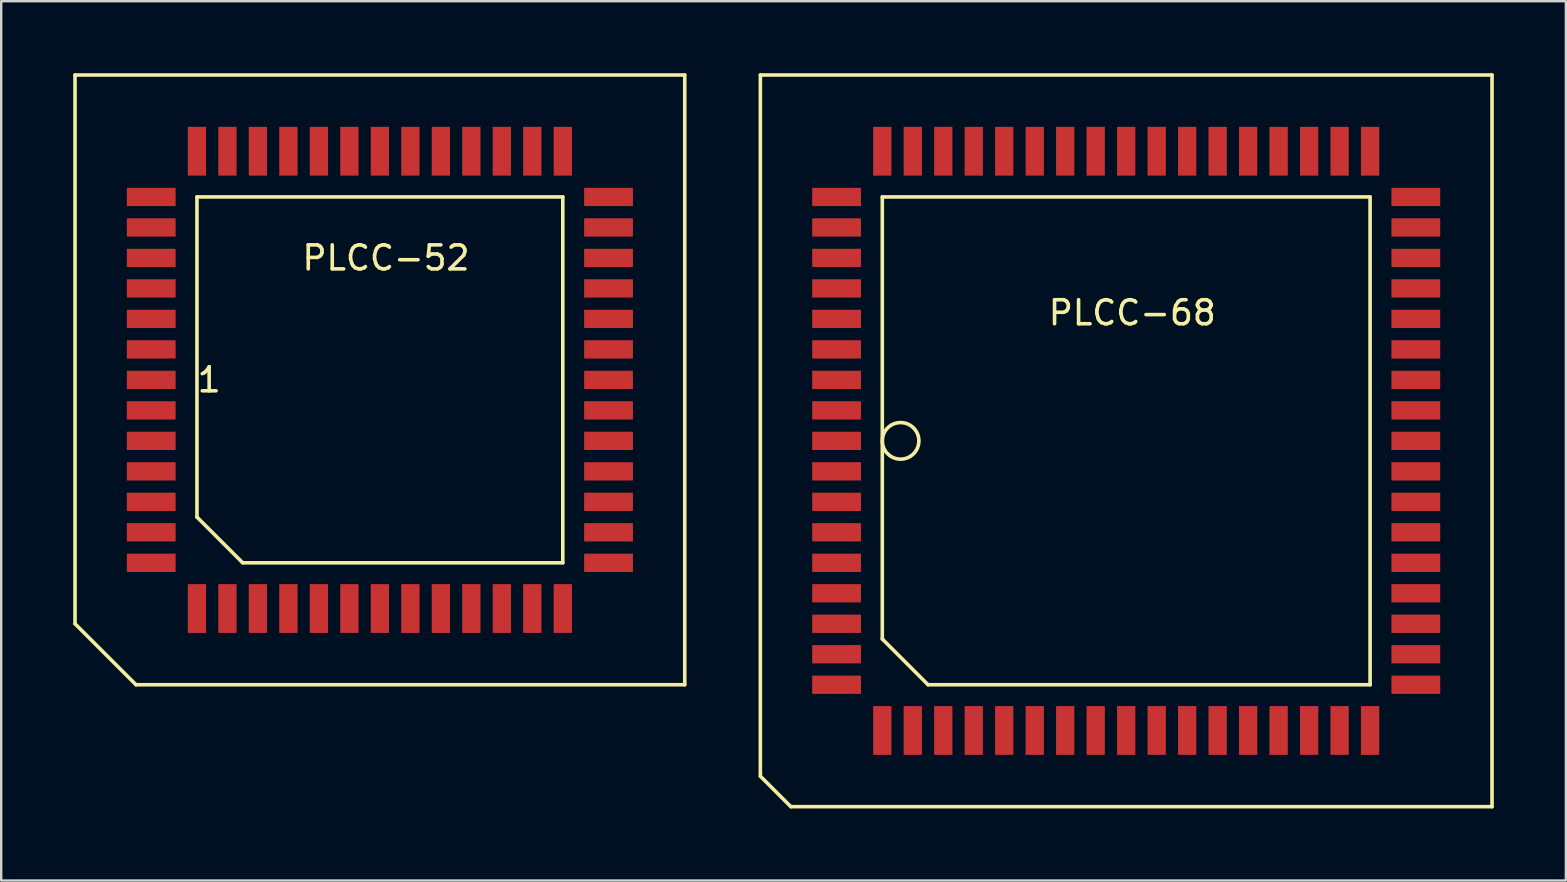
<source format=kicad_pcb>
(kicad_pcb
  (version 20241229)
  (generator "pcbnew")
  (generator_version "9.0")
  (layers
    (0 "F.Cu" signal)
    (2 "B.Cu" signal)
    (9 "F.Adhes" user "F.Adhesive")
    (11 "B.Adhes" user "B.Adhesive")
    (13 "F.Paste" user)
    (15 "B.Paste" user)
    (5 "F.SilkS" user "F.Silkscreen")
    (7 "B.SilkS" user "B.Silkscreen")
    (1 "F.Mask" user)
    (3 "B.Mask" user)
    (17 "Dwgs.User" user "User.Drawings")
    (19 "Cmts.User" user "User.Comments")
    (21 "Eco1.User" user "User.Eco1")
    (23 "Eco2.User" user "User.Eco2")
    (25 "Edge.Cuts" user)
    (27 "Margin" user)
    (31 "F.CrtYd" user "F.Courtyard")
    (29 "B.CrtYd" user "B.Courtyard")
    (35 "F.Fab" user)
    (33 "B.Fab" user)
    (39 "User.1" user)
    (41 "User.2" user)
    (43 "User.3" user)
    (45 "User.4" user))
  (footprint "PLCC-68"
    (layer "F.Cu")
    (at 43.865 15.315)
    (property "Reference" "PLCC-68" (at 0.254 -5.334 0) (layer "F.SilkS") (effects (font (size 1 1) (thickness 0.15))))
    (attr smd)
    (fp_line (start -15.24 -15.24) (end -15.24 13.97) (stroke (width 0.15) (type solid)) (layer "F.SilkS"))
    (fp_line (start -15.24 13.97) (end -13.97 15.24) (stroke (width 0.15) (type solid)) (layer "F.SilkS"))
    (fp_line (start -13.97 15.24) (end 15.24 15.24) (stroke (width 0.15) (type solid)) (layer "F.SilkS"))
    (fp_line (start -10.16 -10.16) (end 10.16 -10.16) (stroke (width 0.15) (type solid)) (layer "F.SilkS"))
    (fp_line (start -10.16 8.255) (end -10.16 -10.16) (stroke (width 0.15) (type solid)) (layer "F.SilkS"))
    (fp_line (start -8.255 10.16) (end -10.16 8.255) (stroke (width 0.15) (type solid)) (layer "F.SilkS"))
    (fp_line (start 10.16 -10.16) (end 10.16 10.16) (stroke (width 0.15) (type solid)) (layer "F.SilkS"))
    (fp_line (start 10.16 10.16) (end -8.255 10.16) (stroke (width 0.15) (type solid)) (layer "F.SilkS"))
    (fp_line (start 15.24 -15.24) (end -15.24 -15.24) (stroke (width 0.15) (type solid)) (layer "F.SilkS"))
    (fp_line (start 15.24 15.24) (end 15.24 -15.24) (stroke (width 0.15) (type solid)) (layer "F.SilkS"))
    (fp_circle (center -9.398 0) (end -10.16 0) (stroke (width 0.15) (type solid)) (fill no) (layer "F.SilkS"))
    (pad "1" smd rect (at -12.065 0) (size 2.032 0.762) (layers "F.Cu" "F.Mask" "F.Paste"))
    (pad "2" smd rect (at -12.065 1.27) (size 2.032 0.762) (layers "F.Cu" "F.Mask" "F.Paste"))
    (pad "3" smd rect (at -12.065 2.54) (size 2.032 0.762) (layers "F.Cu" "F.Mask" "F.Paste"))
    (pad "4" smd rect (at -12.065 3.81) (size 2.032 0.762) (layers "F.Cu" "F.Mask" "F.Paste"))
    (pad "5" smd rect (at -12.065 5.08) (size 2.032 0.762) (layers "F.Cu" "F.Mask" "F.Paste"))
    (pad "6" smd rect (at -12.065 6.35) (size 2.032 0.762) (layers "F.Cu" "F.Mask" "F.Paste"))
    (pad "7" smd rect (at -12.065 7.62) (size 2.032 0.762) (layers "F.Cu" "F.Mask" "F.Paste"))
    (pad "8" smd rect (at -12.065 8.89) (size 2.032 0.762) (layers "F.Cu" "F.Mask" "F.Paste"))
    (pad "9" smd rect (at -12.065 10.16) (size 2.032 0.762) (layers "F.Cu" "F.Mask" "F.Paste"))
    (pad "10" smd rect (at -10.16 12.065) (size 0.762 2.032) (layers "F.Cu" "F.Mask" "F.Paste"))
    (pad "11" smd rect (at -8.89 12.065) (size 0.762 2.032) (layers "F.Cu" "F.Mask" "F.Paste"))
    (pad "12" smd rect (at -7.62 12.065) (size 0.762 2.032) (layers "F.Cu" "F.Mask" "F.Paste"))
    (pad "13" smd rect (at -6.35 12.065) (size 0.762 2.032) (layers "F.Cu" "F.Mask" "F.Paste"))
    (pad "14" smd rect (at -5.08 12.065) (size 0.762 2.032) (layers "F.Cu" "F.Mask" "F.Paste"))
    (pad "15" smd rect (at -3.81 12.065) (size 0.762 2.032) (layers "F.Cu" "F.Mask" "F.Paste"))
    (pad "16" smd rect (at -2.54 12.065) (size 0.762 2.032) (layers "F.Cu" "F.Mask" "F.Paste"))
    (pad "17" smd rect (at -1.27 12.065) (size 0.762 2.032) (layers "F.Cu" "F.Mask" "F.Paste"))
    (pad "18" smd rect (at 0 12.065) (size 0.762 2.032) (layers "F.Cu" "F.Mask" "F.Paste"))
    (pad "19" smd rect (at 1.27 12.065) (size 0.762 2.032) (layers "F.Cu" "F.Mask" "F.Paste"))
    (pad "20" smd rect (at 2.54 12.065) (size 0.762 2.032) (layers "F.Cu" "F.Mask" "F.Paste"))
    (pad "21" smd rect (at 3.81 12.065) (size 0.762 2.032) (layers "F.Cu" "F.Mask" "F.Paste"))
    (pad "22" smd rect (at 5.08 12.065) (size 0.762 2.032) (layers "F.Cu" "F.Mask" "F.Paste"))
    (pad "23" smd rect (at 6.35 12.065) (size 0.762 2.032) (layers "F.Cu" "F.Mask" "F.Paste"))
    (pad "24" smd rect (at 7.62 12.065) (size 0.762 2.032) (layers "F.Cu" "F.Mask" "F.Paste"))
    (pad "25" smd rect (at 8.89 12.065) (size 0.762 2.032) (layers "F.Cu" "F.Mask" "F.Paste"))
    (pad "26" smd rect (at 10.16 12.065) (size 0.762 2.032) (layers "F.Cu" "F.Mask" "F.Paste"))
    (pad "27" smd rect (at 12.065 10.16) (size 2.032 0.762) (layers "F.Cu" "F.Mask" "F.Paste"))
    (pad "28" smd rect (at 12.065 8.89) (size 2.032 0.762) (layers "F.Cu" "F.Mask" "F.Paste"))
    (pad "29" smd rect (at 12.065 7.62) (size 2.032 0.762) (layers "F.Cu" "F.Mask" "F.Paste"))
    (pad "30" smd rect (at 12.065 6.35) (size 2.032 0.762) (layers "F.Cu" "F.Mask" "F.Paste"))
    (pad "31" smd rect (at 12.065 5.08) (size 2.032 0.762) (layers "F.Cu" "F.Mask" "F.Paste"))
    (pad "32" smd rect (at 12.065 3.81) (size 2.032 0.762) (layers "F.Cu" "F.Mask" "F.Paste"))
    (pad "33" smd rect (at 12.065 2.54) (size 2.032 0.762) (layers "F.Cu" "F.Mask" "F.Paste"))
    (pad "34" smd rect (at 12.065 1.27) (size 2.032 0.762) (layers "F.Cu" "F.Mask" "F.Paste"))
    (pad "35" smd rect (at 12.065 0) (size 2.032 0.762) (layers "F.Cu" "F.Mask" "F.Paste"))
    (pad "36" smd rect (at 12.065 -1.27) (size 2.032 0.762) (layers "F.Cu" "F.Mask" "F.Paste"))
    (pad "37" smd rect (at 12.065 -2.54) (size 2.032 0.762) (layers "F.Cu" "F.Mask" "F.Paste"))
    (pad "38" smd rect (at 12.065 -3.81) (size 2.032 0.762) (layers "F.Cu" "F.Mask" "F.Paste"))
    (pad "39" smd rect (at 12.065 -5.08) (size 2.032 0.762) (layers "F.Cu" "F.Mask" "F.Paste"))
    (pad "40" smd rect (at 12.065 -6.35) (size 2.032 0.762) (layers "F.Cu" "F.Mask" "F.Paste"))
    (pad "41" smd rect (at 12.065 -7.62) (size 2.032 0.762) (layers "F.Cu" "F.Mask" "F.Paste"))
    (pad "42" smd rect (at 12.065 -8.89) (size 2.032 0.762) (layers "F.Cu" "F.Mask" "F.Paste"))
    (pad "43" smd rect (at 12.065 -10.16) (size 2.032 0.762) (layers "F.Cu" "F.Mask" "F.Paste"))
    (pad "44" smd rect (at 10.16 -12.065) (size 0.762 2.032) (layers "F.Cu" "F.Mask" "F.Paste"))
    (pad "45" smd rect (at 8.89 -12.065) (size 0.762 2.032) (layers "F.Cu" "F.Mask" "F.Paste"))
    (pad "46" smd rect (at 7.62 -12.065) (size 0.762 2.032) (layers "F.Cu" "F.Mask" "F.Paste"))
    (pad "47" smd rect (at 6.35 -12.065) (size 0.762 2.032) (layers "F.Cu" "F.Mask" "F.Paste"))
    (pad "48" smd rect (at 5.08 -12.065) (size 0.762 2.032) (layers "F.Cu" "F.Mask" "F.Paste"))
    (pad "49" smd rect (at 3.81 -12.065) (size 0.762 2.032) (layers "F.Cu" "F.Mask" "F.Paste"))
    (pad "50" smd rect (at 2.54 -12.065) (size 0.762 2.032) (layers "F.Cu" "F.Mask" "F.Paste"))
    (pad "51" smd rect (at 1.27 -12.065) (size 0.762 2.032) (layers "F.Cu" "F.Mask" "F.Paste"))
    (pad "52" smd rect (at 0 -12.065) (size 0.762 2.032) (layers "F.Cu" "F.Mask" "F.Paste"))
    (pad "53" smd rect (at -1.27 -12.065) (size 0.762 2.032) (layers "F.Cu" "F.Mask" "F.Paste"))
    (pad "54" smd rect (at -2.54 -12.065) (size 0.762 2.032) (layers "F.Cu" "F.Mask" "F.Paste"))
    (pad "55" smd rect (at -3.81 -12.065) (size 0.762 2.032) (layers "F.Cu" "F.Mask" "F.Paste"))
    (pad "56" smd rect (at -5.08 -12.065) (size 0.762 2.032) (layers "F.Cu" "F.Mask" "F.Paste"))
    (pad "57" smd rect (at -6.35 -12.065) (size 0.762 2.032) (layers "F.Cu" "F.Mask" "F.Paste"))
    (pad "58" smd rect (at -7.62 -12.065) (size 0.762 2.032) (layers "F.Cu" "F.Mask" "F.Paste"))
    (pad "59" smd rect (at -8.89 -12.065) (size 0.762 2.032) (layers "F.Cu" "F.Mask" "F.Paste"))
    (pad "60" smd rect (at -10.16 -12.065) (size 0.762 2.032) (layers "F.Cu" "F.Mask" "F.Paste"))
    (pad "61" smd rect (at -12.065 -10.16) (size 2.032 0.762) (layers "F.Cu" "F.Mask" "F.Paste"))
    (pad "62" smd rect (at -12.065 -8.89) (size 2.032 0.762) (layers "F.Cu" "F.Mask" "F.Paste"))
    (pad "63" smd rect (at -12.065 -7.62) (size 2.032 0.762) (layers "F.Cu" "F.Mask" "F.Paste"))
    (pad "64" smd rect (at -12.065 -6.35) (size 2.032 0.762) (layers "F.Cu" "F.Mask" "F.Paste"))
    (pad "65" smd rect (at -12.065 -5.08) (size 2.032 0.762) (layers "F.Cu" "F.Mask" "F.Paste"))
    (pad "66" smd rect (at -12.065 -3.81) (size 2.032 0.762) (layers "F.Cu" "F.Mask" "F.Paste"))
    (pad "67" smd rect (at -12.065 -2.54) (size 2.032 0.762) (layers "F.Cu" "F.Mask" "F.Paste"))
    (pad "68" smd rect (at -12.065 -1.27) (size 2.032 0.762) (layers "F.Cu" "F.Mask" "F.Paste")))
  (footprint "PLCC-52"
    (layer "F.Cu")
    (at 12.775 12.775)
    (property "Reference" "PLCC-52" (at 0.254 -5.08 0) (layer "F.SilkS") (effects (font (size 1 1) (thickness 0.15))))
    (attr smd)
    (fp_line (start -12.7 -12.7) (end 12.7 -12.7) (stroke (width 0.15) (type solid)) (layer "F.SilkS"))
    (fp_line (start -12.7 10.16) (end -12.7 -12.7) (stroke (width 0.15) (type solid)) (layer "F.SilkS"))
    (fp_line (start -10.16 12.7) (end -12.7 10.16) (stroke (width 0.15) (type solid)) (layer "F.SilkS"))
    (fp_line (start -10.16 12.7) (end 12.7 12.7) (stroke (width 0.15) (type solid)) (layer "F.SilkS"))
    (fp_line (start -7.62 -7.62) (end 7.62 -7.62) (stroke (width 0.15) (type solid)) (layer "F.SilkS"))
    (fp_line (start -7.62 5.715) (end -7.62 -7.62) (stroke (width 0.15) (type solid)) (layer "F.SilkS"))
    (fp_line (start -5.715 7.62) (end -7.62 5.715) (stroke (width 0.15) (type solid)) (layer "F.SilkS"))
    (fp_line (start 7.62 -7.62) (end 7.62 7.62) (stroke (width 0.15) (type solid)) (layer "F.SilkS"))
    (fp_line (start 7.62 7.62) (end -5.715 7.62) (stroke (width 0.15) (type solid)) (layer "F.SilkS"))
    (fp_line (start 12.7 -12.7) (end 12.7 12.7) (stroke (width 0.15) (type solid)) (layer "F.SilkS"))
    (fp_text user "1" (at -7.112 0 0) (layer "F.SilkS") (effects (font (size 1 1) (thickness 0.15))))
    (pad "1" smd rect (at -9.525 0) (size 2.032 0.762) (layers "F.Cu" "F.Mask" "F.Paste"))
    (pad "2" smd rect (at -9.525 1.27) (size 2.032 0.762) (layers "F.Cu" "F.Mask" "F.Paste"))
    (pad "3" smd rect (at -9.525 2.54) (size 2.032 0.762) (layers "F.Cu" "F.Mask" "F.Paste"))
    (pad "4" smd rect (at -9.525 3.81) (size 2.032 0.762) (layers "F.Cu" "F.Mask" "F.Paste"))
    (pad "5" smd rect (at -9.525 5.08) (size 2.032 0.762) (layers "F.Cu" "F.Mask" "F.Paste"))
    (pad "6" smd rect (at -9.525 6.35) (size 2.032 0.762) (layers "F.Cu" "F.Mask" "F.Paste"))
    (pad "7" smd rect (at -9.525 7.62) (size 2.032 0.762) (layers "F.Cu" "F.Mask" "F.Paste"))
    (pad "8" smd rect (at -7.62 9.525) (size 0.762 2.032) (layers "F.Cu" "F.Mask" "F.Paste"))
    (pad "9" smd rect (at -6.35 9.525) (size 0.762 2.032) (layers "F.Cu" "F.Mask" "F.Paste"))
    (pad "10" smd rect (at -5.08 9.525) (size 0.762 2.032) (layers "F.Cu" "F.Mask" "F.Paste"))
    (pad "11" smd rect (at -3.81 9.525) (size 0.762 2.032) (layers "F.Cu" "F.Mask" "F.Paste"))
    (pad "12" smd rect (at -2.54 9.525) (size 0.762 2.032) (layers "F.Cu" "F.Mask" "F.Paste"))
    (pad "13" smd rect (at -1.27 9.525) (size 0.762 2.032) (layers "F.Cu" "F.Mask" "F.Paste"))
    (pad "14" smd rect (at 0 9.525) (size 0.762 2.032) (layers "F.Cu" "F.Mask" "F.Paste"))
    (pad "15" smd rect (at 1.27 9.525) (size 0.762 2.032) (layers "F.Cu" "F.Mask" "F.Paste"))
    (pad "16" smd rect (at 2.54 9.525) (size 0.762 2.032) (layers "F.Cu" "F.Mask" "F.Paste"))
    (pad "17" smd rect (at 3.81 9.525) (size 0.762 2.032) (layers "F.Cu" "F.Mask" "F.Paste"))
    (pad "18" smd rect (at 5.08 9.525) (size 0.762 2.032) (layers "F.Cu" "F.Mask" "F.Paste"))
    (pad "19" smd rect (at 6.35 9.525) (size 0.762 2.032) (layers "F.Cu" "F.Mask" "F.Paste"))
    (pad "20" smd rect (at 7.62 9.525) (size 0.762 2.032) (layers "F.Cu" "F.Mask" "F.Paste"))
    (pad "21" smd rect (at 9.525 7.62) (size 2.032 0.762) (layers "F.Cu" "F.Mask" "F.Paste"))
    (pad "22" smd rect (at 9.525 6.35) (size 2.032 0.762) (layers "F.Cu" "F.Mask" "F.Paste"))
    (pad "23" smd rect (at 9.525 5.08) (size 2.032 0.762) (layers "F.Cu" "F.Mask" "F.Paste"))
    (pad "24" smd rect (at 9.525 3.81) (size 2.032 0.762) (layers "F.Cu" "F.Mask" "F.Paste"))
    (pad "25" smd rect (at 9.525 2.54) (size 2.032 0.762) (layers "F.Cu" "F.Mask" "F.Paste"))
    (pad "26" smd rect (at 9.525 1.27) (size 2.032 0.762) (layers "F.Cu" "F.Mask" "F.Paste"))
    (pad "27" smd rect (at 9.525 0) (size 2.032 0.762) (layers "F.Cu" "F.Mask" "F.Paste"))
    (pad "28" smd rect (at 9.525 -1.27) (size 2.032 0.762) (layers "F.Cu" "F.Mask" "F.Paste"))
    (pad "29" smd rect (at 9.525 -2.54) (size 2.032 0.762) (layers "F.Cu" "F.Mask" "F.Paste"))
    (pad "30" smd rect (at 9.525 -3.81) (size 2.032 0.762) (layers "F.Cu" "F.Mask" "F.Paste"))
    (pad "31" smd rect (at 9.525 -5.08) (size 2.032 0.762) (layers "F.Cu" "F.Mask" "F.Paste"))
    (pad "32" smd rect (at 9.525 -6.35) (size 2.032 0.762) (layers "F.Cu" "F.Mask" "F.Paste"))
    (pad "33" smd rect (at 9.525 -7.62) (size 2.032 0.762) (layers "F.Cu" "F.Mask" "F.Paste"))
    (pad "34" smd rect (at 7.62 -9.525) (size 0.762 2.032) (layers "F.Cu" "F.Mask" "F.Paste"))
    (pad "35" smd rect (at 6.35 -9.525) (size 0.762 2.032) (layers "F.Cu" "F.Mask" "F.Paste"))
    (pad "36" smd rect (at 5.08 -9.525) (size 0.762 2.032) (layers "F.Cu" "F.Mask" "F.Paste"))
    (pad "37" smd rect (at 3.81 -9.525) (size 0.762 2.032) (layers "F.Cu" "F.Mask" "F.Paste"))
    (pad "38" smd rect (at 2.54 -9.525) (size 0.762 2.032) (layers "F.Cu" "F.Mask" "F.Paste"))
    (pad "39" smd rect (at 1.27 -9.525) (size 0.762 2.032) (layers "F.Cu" "F.Mask" "F.Paste"))
    (pad "40" smd rect (at 0 -9.525) (size 0.762 2.032) (layers "F.Cu" "F.Mask" "F.Paste"))
    (pad "41" smd rect (at -1.27 -9.525) (size 0.762 2.032) (layers "F.Cu" "F.Mask" "F.Paste"))
    (pad "42" smd rect (at -2.54 -9.525) (size 0.762 2.032) (layers "F.Cu" "F.Mask" "F.Paste"))
    (pad "43" smd rect (at -3.81 -9.525) (size 0.762 2.032) (layers "F.Cu" "F.Mask" "F.Paste"))
    (pad "44" smd rect (at -5.08 -9.525) (size 0.762 2.032) (layers "F.Cu" "F.Mask" "F.Paste"))
    (pad "45" smd rect (at -6.35 -9.525) (size 0.762 2.032) (layers "F.Cu" "F.Mask" "F.Paste"))
    (pad "46" smd rect (at -7.62 -9.525) (size 0.762 2.032) (layers "F.Cu" "F.Mask" "F.Paste"))
    (pad "47" smd rect (at -9.525 -7.62) (size 2.032 0.762) (layers "F.Cu" "F.Mask" "F.Paste"))
    (pad "48" smd rect (at -9.525 -6.35) (size 2.032 0.762) (layers "F.Cu" "F.Mask" "F.Paste"))
    (pad "49" smd rect (at -9.525 -5.08) (size 2.032 0.762) (layers "F.Cu" "F.Mask" "F.Paste"))
    (pad "50" smd rect (at -9.525 -3.81) (size 2.032 0.762) (layers "F.Cu" "F.Mask" "F.Paste"))
    (pad "51" smd rect (at -9.525 -2.54) (size 2.032 0.762) (layers "F.Cu" "F.Mask" "F.Paste"))
    (pad "52" smd rect (at -9.525 -1.27) (size 2.032 0.762) (layers "F.Cu" "F.Mask" "F.Paste")))
  (gr_rect
    (start -3 -3)
    (end 62.18 33.63)
    (stroke (width 0.1) (type default))
    (fill no)
    (layer "Edge.Cuts")))
</source>
